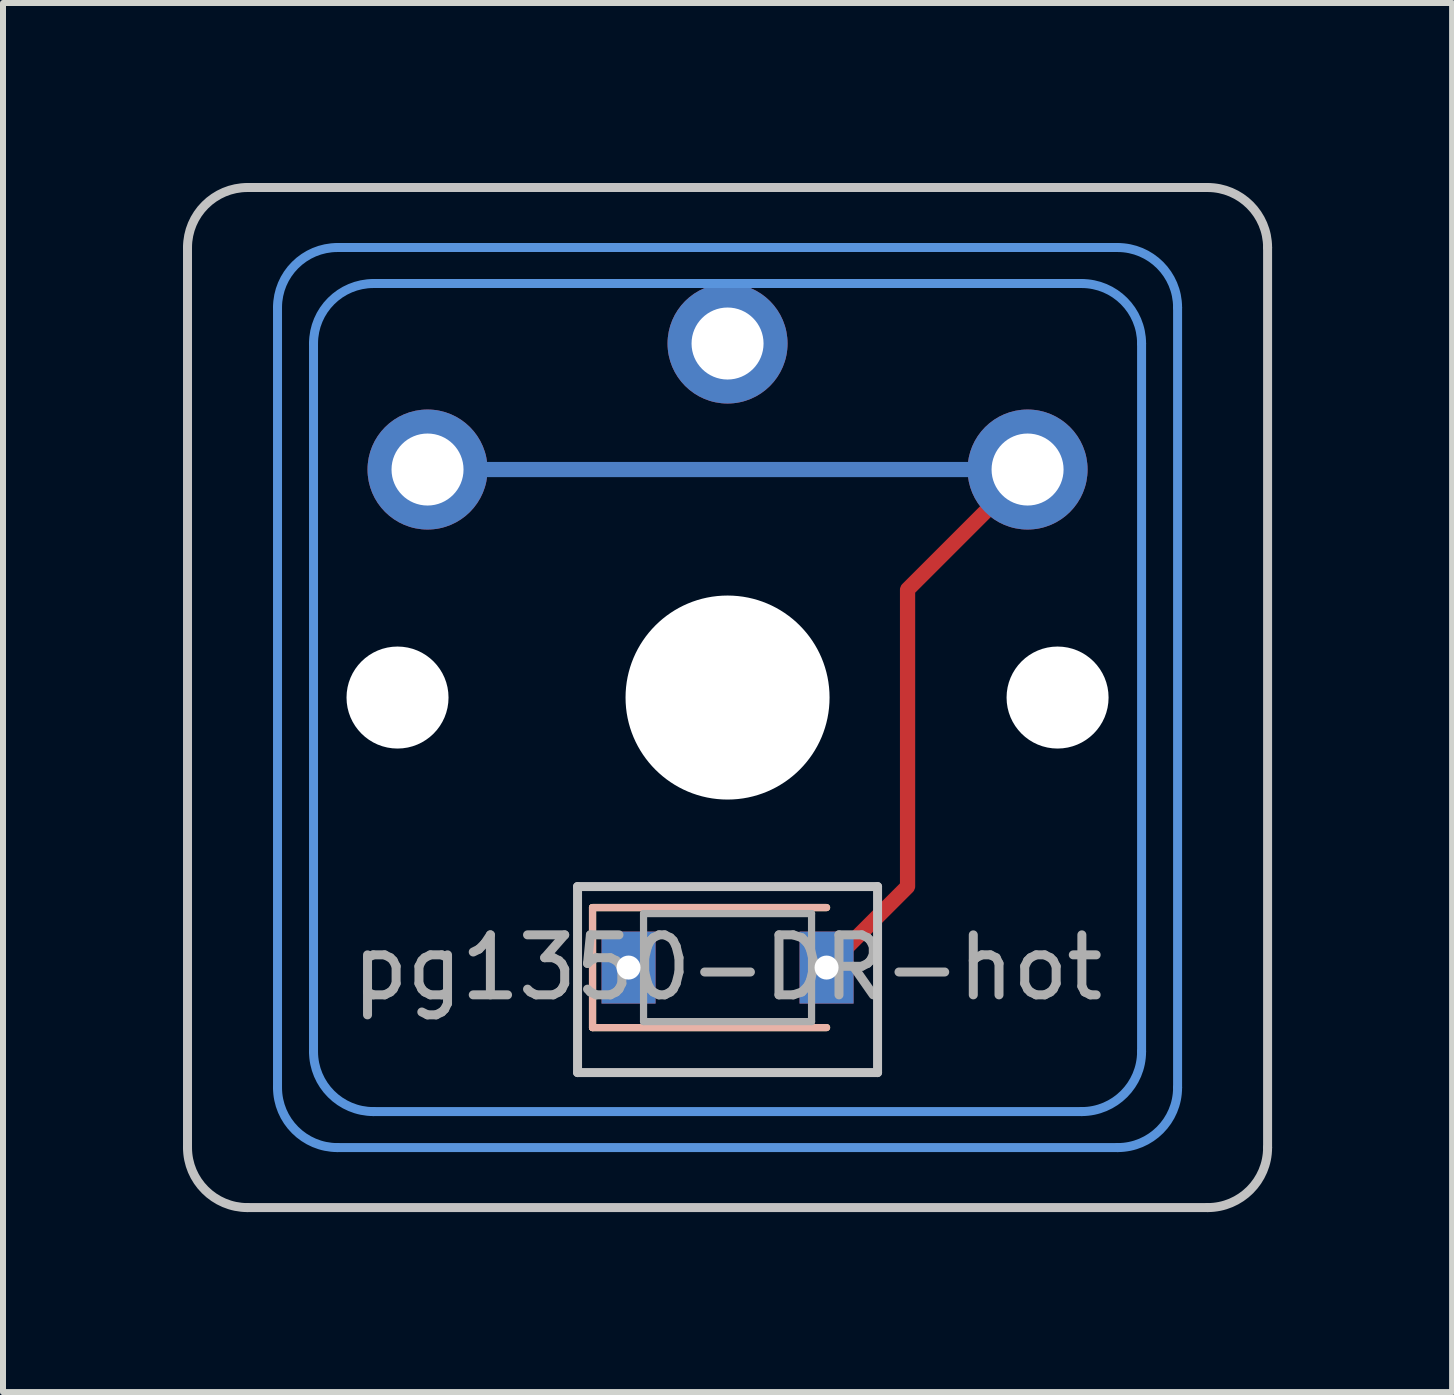
<source format=kicad_pcb>
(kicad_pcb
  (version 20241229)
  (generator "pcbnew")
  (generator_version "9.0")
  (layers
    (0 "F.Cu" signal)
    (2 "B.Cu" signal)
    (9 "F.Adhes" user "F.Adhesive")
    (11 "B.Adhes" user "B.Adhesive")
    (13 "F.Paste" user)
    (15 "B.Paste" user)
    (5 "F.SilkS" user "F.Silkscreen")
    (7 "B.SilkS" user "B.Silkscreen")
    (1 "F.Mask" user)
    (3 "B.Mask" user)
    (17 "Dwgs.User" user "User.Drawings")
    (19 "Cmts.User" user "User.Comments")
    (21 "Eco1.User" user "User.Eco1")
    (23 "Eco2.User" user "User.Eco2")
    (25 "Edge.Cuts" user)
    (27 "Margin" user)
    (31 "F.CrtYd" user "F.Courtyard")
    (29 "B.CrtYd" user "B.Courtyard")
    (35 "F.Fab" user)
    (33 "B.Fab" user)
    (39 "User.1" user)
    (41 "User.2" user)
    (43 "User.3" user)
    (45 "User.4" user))
  (footprint "pg1350-DR-hot"
    (layer "F.Cu")
    (at 9.075 13.075)
    (property "Reference" "pg1350-DR-hot" (at 0 0 0) (layer "F.Fab") (effects (font (size 1 1) (thickness 0.15))))
    (attr smd)
    (fp_line (start -2.25 -1) (end -2.25 1) (stroke (width 0.12) (type solid)) (layer "F.SilkS"))
    (fp_line (start -2.25 -1) (end 1.65 -1) (stroke (width 0.12) (type solid)) (layer "F.SilkS"))
    (fp_line (start -2.25 1) (end 1.65 1) (stroke (width 0.12) (type solid)) (layer "F.SilkS"))
    (fp_line (start -2.25 -1) (end -2.25 1) (stroke (width 0.12) (type solid)) (layer "B.SilkS"))
    (fp_line (start -2.25 -1) (end 1.65 -1) (stroke (width 0.12) (type solid)) (layer "B.SilkS"))
    (fp_line (start -2.25 1) (end 1.65 1) (stroke (width 0.12) (type solid)) (layer "B.SilkS"))
    (fp_line (start -9 3) (end -9 -12) (stroke (width 0.15) (type solid)) (layer "Dwgs.User"))
    (fp_line (start -8 -13) (end 8 -13) (stroke (width 0.15) (type solid)) (layer "Dwgs.User"))
    (fp_line (start -2.5 -1.35) (end -2.5 1.75) (stroke (width 0.15) (type solid)) (layer "Dwgs.User"))
    (fp_line (start -2.5 1.75) (end 2.5 1.75) (stroke (width 0.15) (type solid)) (layer "Dwgs.User"))
    (fp_line (start 2.5 -1.35) (end -2.5 -1.35) (stroke (width 0.15) (type solid)) (layer "Dwgs.User"))
    (fp_line (start 2.5 1.75) (end 2.5 -1.35) (stroke (width 0.15) (type solid)) (layer "Dwgs.User"))
    (fp_line (start 8 4) (end -8 4) (stroke (width 0.15) (type solid)) (layer "Dwgs.User"))
    (fp_line (start 9 -12) (end 9 3) (stroke (width 0.15) (type solid)) (layer "Dwgs.User"))
    (fp_arc (start -9 -12) (mid -8.707107 -12.707107) (end -8 -13) (stroke (width 0.15) (type solid)) (layer "Dwgs.User"))
    (fp_arc (start -8 4) (mid -8.707107 3.707107) (end -9 3) (stroke (width 0.15) (type solid)) (layer "Dwgs.User"))
    (fp_arc (start 8 -13) (mid 8.707107 -12.707107) (end 9 -12) (stroke (width 0.15) (type solid)) (layer "Dwgs.User"))
    (fp_arc (start 9 3) (mid 8.707107 3.707107) (end 8 4) (stroke (width 0.15) (type solid)) (layer "Dwgs.User"))
    (fp_line (start -7.5 2) (end -7.5 -11) (stroke (width 0.15) (type solid)) (layer "Cmts.User"))
    (fp_line (start -6.9 1.4) (end -6.9 -10.4) (stroke (width 0.15) (type solid)) (layer "Cmts.User"))
    (fp_line (start -6.5 -12) (end 6.5 -12) (stroke (width 0.15) (type solid)) (layer "Cmts.User"))
    (fp_line (start -5.9 -11.4) (end 5.9 -11.4) (stroke (width 0.15) (type solid)) (layer "Cmts.User"))
    (fp_line (start 5.9 2.4) (end -5.9 2.4) (stroke (width 0.15) (type solid)) (layer "Cmts.User"))
    (fp_line (start 6.5 3) (end -6.5 3) (stroke (width 0.15) (type solid)) (layer "Cmts.User"))
    (fp_line (start 6.9 -10.4) (end 6.9 1.4) (stroke (width 0.15) (type solid)) (layer "Cmts.User"))
    (fp_line (start 7.5 -11) (end 7.5 2) (stroke (width 0.15) (type solid)) (layer "Cmts.User"))
    (fp_arc (start -7.5 -11) (mid -7.207107 -11.707107) (end -6.5 -12) (stroke (width 0.15) (type solid)) (layer "Cmts.User"))
    (fp_arc (start -6.9 -10.4) (mid -6.607107 -11.107107) (end -5.9 -11.4) (stroke (width 0.15) (type solid)) (layer "Cmts.User"))
    (fp_arc (start -6.5 3) (mid -7.207107 2.707107) (end -7.5 2) (stroke (width 0.15) (type solid)) (layer "Cmts.User"))
    (fp_arc (start -5.9 2.4) (mid -6.607107 2.107107) (end -6.9 1.4) (stroke (width 0.15) (type solid)) (layer "Cmts.User"))
    (fp_arc (start 5.9 -11.4) (mid 6.607107 -11.107107) (end 6.9 -10.4) (stroke (width 0.15) (type solid)) (layer "Cmts.User"))
    (fp_arc (start 6.5 -12) (mid 7.207107 -11.707107) (end 7.5 -11) (stroke (width 0.15) (type solid)) (layer "Cmts.User"))
    (fp_arc (start 6.9 1.4) (mid 6.607107 2.107107) (end 5.9 2.4) (stroke (width 0.15) (type solid)) (layer "Cmts.User"))
    (fp_arc (start 7.5 2) (mid 7.207107 2.707107) (end 6.5 3) (stroke (width 0.15) (type solid)) (layer "Cmts.User"))
    (fp_line (start -1.4 -0.9) (end -1.4 0.9) (stroke (width 0.12) (type solid)) (layer "F.Fab"))
    (fp_line (start -1.4 0.9) (end 1.4 0.9) (stroke (width 0.12) (type solid)) (layer "F.Fab"))
    (fp_line (start 1.4 -0.9) (end -1.4 -0.9) (stroke (width 0.12) (type solid)) (layer "F.Fab"))
    (fp_line (start 1.4 0.9) (end 1.4 -0.9) (stroke (width 0.12) (type solid)) (layer "F.Fab"))
    (pad "" np_thru_hole circle (at -5.5 -4.5) (size 1.7 1.7) (drill 1.7) (layers "*.Cu" "*.Mask"))
    (pad "" np_thru_hole circle (at 0 -4.5) (size 3.4 3.4) (drill 3.4) (layers "*.Cu" "*.Mask"))
    (pad "" np_thru_hole circle (at 5.5 -4.5) (size 1.7 1.7) (drill 1.7) (layers "*.Cu" "*.Mask"))
    (pad "1" thru_hole circle (at 0 -10.4) (size 2 2) (drill 1.2) (layers "*.Cu" "*.Mask"))
    (pad "2" thru_hole rect (at -1.65 0) (size 0.9 1.2) (drill 0.4) (layers "*.Cu" "*.Mask"))
    (pad "3" smd custom (at -5 -8.3) (size 0.001 0.001) (layers "B.Cu") (options (anchor circle)) (primitives (gr_line (start 0 0) (end 10 0) (width 0.254))))
    (pad "3" thru_hole circle (at -5 -8.3) (size 2 2) (drill 1.2) (layers "*.Cu" "F.Mask"))
    (pad "3" thru_hole rect (at 1.65 0) (size 0.9 1.2) (drill 0.4) (layers "*.Cu" "*.Mask"))
    (pad "3" smd custom (at 5 -8.3) (size 0.254 0.254) (layers "F.Cu") (options (anchor circle)) (primitives (gr_line (start 0 0) (end -2 2) (width 0.254)) (gr_line (start -2 2) (end -2 6.95) (width 0.254)) (gr_line (start -2 6.95) (end -3.35 8.3) (width 0.254))))
    (pad "3" thru_hole circle (at 5 -8.3) (size 2 2) (drill 1.2) (layers "*.Cu" "B.Mask")))
  (gr_rect
    (start -3 -3)
    (end 21.15 20.15)
    (stroke (width 0.1) (type default))
    (fill no)
    (layer "Edge.Cuts")))
</source>
